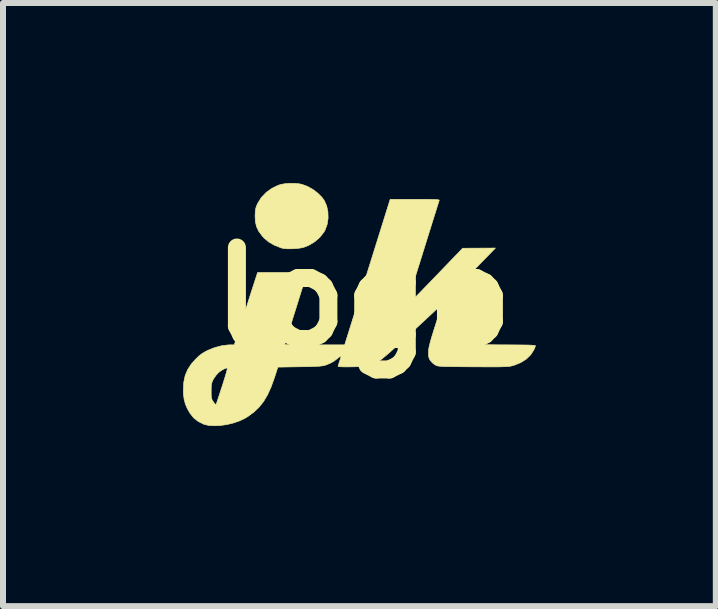
<source format=kicad_pcb>
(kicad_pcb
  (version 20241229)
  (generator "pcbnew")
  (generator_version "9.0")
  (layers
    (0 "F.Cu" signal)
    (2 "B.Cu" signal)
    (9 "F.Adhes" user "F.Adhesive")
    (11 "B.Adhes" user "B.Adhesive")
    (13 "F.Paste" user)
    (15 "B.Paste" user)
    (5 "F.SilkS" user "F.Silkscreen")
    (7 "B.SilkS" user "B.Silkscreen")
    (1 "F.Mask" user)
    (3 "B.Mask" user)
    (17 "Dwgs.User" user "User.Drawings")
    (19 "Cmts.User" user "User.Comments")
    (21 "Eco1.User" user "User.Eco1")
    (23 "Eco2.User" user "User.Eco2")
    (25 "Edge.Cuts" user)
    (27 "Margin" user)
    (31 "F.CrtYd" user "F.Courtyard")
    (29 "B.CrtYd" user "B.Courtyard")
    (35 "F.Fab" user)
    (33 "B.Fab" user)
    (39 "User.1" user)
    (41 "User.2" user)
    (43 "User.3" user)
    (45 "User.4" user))
  (footprint "logo"
    (layer "F.Cu")
    (at 3.002 1.909)
    (property "Reference" "logo" (at 0 0 0) (layer "F.SilkS") (effects (font (size 1.524 1.524) (thickness 0.3))))
    (attr through_hole)
    (fp_poly (pts (xy -1.145 -1.903) (xy -1.07 -1.897) (xy -1.021 -1.887) (xy -0.929 -1.853) (xy -0.837 -1.802) (xy -0.754 -1.738) (xy -0.684 -1.667) (xy -0.649 -1.618) (xy -0.609 -1.529) (xy -0.588 -1.429) (xy -0.585 -1.325) (xy -0.6 -1.223) (xy -0.634 -1.129) (xy -0.654 -1.092) (xy -0.722 -1.006) (xy -0.808 -0.931) (xy -0.906 -0.872) (xy -0.991 -0.838) (xy -1.048 -0.826) (xy -1.118 -0.818) (xy -1.193 -0.814) (xy -1.265 -0.814) (xy -1.327 -0.819) (xy -1.365 -0.828) (xy -1.48 -0.873) (xy -1.575 -0.928) (xy -1.652 -0.993) (xy -1.682 -1.026) (xy -1.74 -1.104) (xy -1.777 -1.181) (xy -1.797 -1.264) (xy -1.802 -1.36) (xy -1.801 -1.382) (xy -1.798 -1.443) (xy -1.79 -1.49) (xy -1.776 -1.532) (xy -1.756 -1.575) (xy -1.696 -1.67) (xy -1.615 -1.754) (xy -1.52 -1.822) (xy -1.414 -1.873) (xy -1.367 -1.887) (xy -1.304 -1.898) (xy -1.227 -1.904) (xy -1.145 -1.903)) (stroke (width 0.01) (type solid)) (fill yes) (layer "F.SilkS"))
    (fp_poly (pts (xy 0.978 -1.638) (xy 1.071 -1.638) (xy 1.144 -1.636) (xy 1.197 -1.635) (xy 1.234 -1.632) (xy 1.256 -1.629) (xy 1.266 -1.625) (xy 1.267 -1.622) (xy 1.262 -1.608) (xy 1.251 -1.572) (xy 1.233 -1.517) (xy 1.211 -1.444) (xy 1.183 -1.357) (xy 1.152 -1.258) (xy 1.118 -1.148) (xy 1.081 -1.031) (xy 1.043 -0.908) (xy 1.004 -0.783) (xy 0.965 -0.657) (xy 0.926 -0.533) (xy 0.889 -0.414) (xy 0.854 -0.301) (xy 0.822 -0.197) (xy 0.793 -0.104) (xy 0.768 -0.025) (xy 0.749 0.037) (xy 0.735 0.081) (xy 0.73 0.1) (xy 0.726 0.11) (xy 0.724 0.119) (xy 0.723 0.125) (xy 0.726 0.127) (xy 0.732 0.124) (xy 0.744 0.115) (xy 0.762 0.098) (xy 0.788 0.074) (xy 0.822 0.04) (xy 0.865 -0.004) (xy 0.92 -0.059) (xy 0.986 -0.127) (xy 1.065 -0.209) (xy 1.158 -0.305) (xy 1.266 -0.417) (xy 1.39 -0.546) (xy 1.435 -0.593) (xy 1.657 -0.823) (xy 2.203 -0.826) (xy 2.07 -0.689) (xy 2.008 -0.626) (xy 1.937 -0.553) (xy 1.866 -0.48) (xy 1.802 -0.415) (xy 1.799 -0.411) (xy 1.662 -0.27) (xy 1.804 -0.261) (xy 1.902 -0.252) (xy 1.979 -0.238) (xy 2.037 -0.217) (xy 2.082 -0.189) (xy 2.115 -0.151) (xy 2.116 -0.151) (xy 2.133 -0.122) (xy 2.146 -0.091) (xy 2.152 -0.057) (xy 2.153 -0.015) (xy 2.146 0.036) (xy 2.133 0.099) (xy 2.113 0.177) (xy 2.085 0.274) (xy 2.048 0.39) (xy 2.04 0.417) (xy 2.012 0.507) (xy 1.986 0.588) (xy 1.965 0.659) (xy 1.947 0.716) (xy 1.936 0.756) (xy 1.931 0.775) (xy 1.93 0.776) (xy 1.943 0.779) (xy 1.978 0.781) (xy 2.035 0.783) (xy 2.11 0.785) (xy 2.202 0.786) (xy 2.309 0.787) (xy 2.4 0.787) (xy 2.538 0.788) (xy 2.653 0.789) (xy 2.744 0.79) (xy 2.81 0.793) (xy 2.853 0.796) (xy 2.87 0.8) (xy 2.87 0.8) (xy 2.865 0.818) (xy 2.852 0.851) (xy 2.842 0.873) (xy 2.791 0.952) (xy 2.72 1.022) (xy 2.629 1.08) (xy 2.523 1.124) (xy 2.478 1.137) (xy 2.456 1.142) (xy 2.429 1.146) (xy 2.395 1.149) (xy 2.35 1.151) (xy 2.293 1.153) (xy 2.222 1.154) (xy 2.134 1.154) (xy 2.026 1.154) (xy 1.896 1.153) (xy 1.827 1.153) (xy 1.691 1.152) (xy 1.578 1.151) (xy 1.485 1.15) (xy 1.411 1.149) (xy 1.353 1.148) (xy 1.309 1.146) (xy 1.275 1.143) (xy 1.251 1.14) (xy 1.232 1.136) (xy 1.218 1.131) (xy 1.205 1.124) (xy 1.2 1.122) (xy 1.16 1.093) (xy 1.124 1.055) (xy 1.118 1.047) (xy 1.101 1.017) (xy 1.091 0.985) (xy 1.088 0.944) (xy 1.088 0.909) (xy 1.089 0.879) (xy 1.093 0.845) (xy 1.101 0.806) (xy 1.113 0.757) (xy 1.13 0.695) (xy 1.153 0.618) (xy 1.183 0.521) (xy 1.199 0.472) (xy 1.227 0.382) (xy 1.252 0.301) (xy 1.274 0.231) (xy 1.291 0.175) (xy 1.303 0.137) (xy 1.308 0.119) (xy 1.308 0.118) (xy 1.299 0.124) (xy 1.275 0.145) (xy 1.238 0.179) (xy 1.19 0.223) (xy 1.135 0.275) (xy 1.121 0.288) (xy 1.06 0.345) (xy 0.985 0.415) (xy 0.901 0.493) (xy 0.812 0.575) (xy 0.724 0.656) (xy 0.648 0.725) (xy 0.543 0.82) (xy 0.455 0.9) (xy 0.38 0.965) (xy 0.316 1.018) (xy 0.26 1.059) (xy 0.21 1.091) (xy 0.162 1.114) (xy 0.114 1.13) (xy 0.064 1.14) (xy 0.008 1.146) (xy -0.056 1.15) (xy -0.131 1.152) (xy -0.168 1.153) (xy -0.254 1.154) (xy -0.325 1.154) (xy -0.378 1.152) (xy -0.41 1.149) (xy -0.419 1.146) (xy -0.415 1.129) (xy -0.405 1.095) (xy -0.394 1.06) (xy -0.38 1.02) (xy -0.371 0.988) (xy -0.368 0.975) (xy -0.377 0.976) (xy -0.4 0.991) (xy -0.429 1.014) (xy -0.492 1.062) (xy -0.557 1.097) (xy -0.633 1.127) (xy -0.657 1.133) (xy -0.689 1.138) (xy -0.732 1.143) (xy -0.789 1.146) (xy -0.863 1.149) (xy -0.957 1.151) (xy -1.057 1.152) (xy -1.422 1.158) (xy -1.48 1.337) (xy -1.535 1.489) (xy -1.594 1.619) (xy -1.659 1.729) (xy -1.734 1.824) (xy -1.82 1.906) (xy -1.919 1.979) (xy -1.97 2.01) (xy -2.059 2.053) (xy -2.16 2.088) (xy -2.267 2.114) (xy -2.375 2.13) (xy -2.478 2.135) (xy -2.572 2.13) (xy -2.649 2.112) (xy -2.657 2.109) (xy -2.748 2.064) (xy -2.823 2.005) (xy -2.885 1.929) (xy -2.929 1.853) (xy -2.964 1.772) (xy -2.985 1.69) (xy -2.996 1.598) (xy -2.997 1.556) (xy -2.533 1.556) (xy -2.533 1.615) (xy -2.531 1.656) (xy -2.525 1.685) (xy -2.515 1.709) (xy -2.498 1.735) (xy -2.496 1.738) (xy -2.472 1.77) (xy -2.456 1.78) (xy -2.45 1.776) (xy -2.444 1.759) (xy -2.431 1.722) (xy -2.413 1.668) (xy -2.391 1.601) (xy -2.366 1.523) (xy -2.348 1.47) (xy -2.323 1.389) (xy -2.3 1.316) (xy -2.282 1.255) (xy -2.27 1.209) (xy -2.263 1.181) (xy -2.263 1.175) (xy -2.28 1.174) (xy -2.311 1.185) (xy -2.349 1.205) (xy -2.387 1.23) (xy -2.417 1.255) (xy -2.453 1.295) (xy -2.487 1.344) (xy -2.5 1.365) (xy -2.515 1.398) (xy -2.525 1.429) (xy -2.531 1.465) (xy -2.533 1.515) (xy -2.533 1.556) (xy -2.997 1.556) (xy -2.997 1.536) (xy -2.99 1.409) (xy -2.967 1.299) (xy -2.925 1.199) (xy -2.864 1.106) (xy -2.794 1.027) (xy -2.739 0.974) (xy -2.689 0.935) (xy -2.635 0.902) (xy -2.591 0.879) (xy -2.476 0.833) (xy -2.359 0.802) (xy -2.249 0.788) (xy -2.222 0.787) (xy -2.149 0.787) (xy -2.066 0.53) (xy -2.039 0.445) (xy -2.005 0.342) (xy -1.969 0.228) (xy -1.931 0.112) (xy -1.895 -0.001) (xy -1.872 -0.073) (xy -1.76 -0.419) (xy -1.35 -0.419) (xy -1.251 -0.419) (xy -1.16 -0.418) (xy -1.081 -0.417) (xy -1.017 -0.415) (xy -0.97 -0.413) (xy -0.944 -0.41) (xy -0.94 -0.409) (xy -0.943 -0.395) (xy -0.954 -0.359) (xy -0.971 -0.304) (xy -0.993 -0.232) (xy -1.02 -0.145) (xy -1.051 -0.046) (xy -1.085 0.064) (xy -1.121 0.18) (xy -1.124 0.189) (xy -1.161 0.306) (xy -1.195 0.416) (xy -1.226 0.515) (xy -1.253 0.602) (xy -1.276 0.675) (xy -1.293 0.731) (xy -1.304 0.767) (xy -1.308 0.782) (xy -1.308 0.782) (xy -1.296 0.783) (xy -1.261 0.784) (xy -1.206 0.785) (xy -1.134 0.786) (xy -1.047 0.787) (xy -0.948 0.787) (xy -0.841 0.787) (xy -0.808 0.787) (xy -0.309 0.787) (xy 0.07 -0.425) (xy 0.449 -1.638) (xy 0.861 -1.638) (xy 0.978 -1.638)) (stroke (width 0.01) (type solid)) (fill yes) (layer "F.SilkS")))
  (gr_rect
    (start -3 -3)
    (end 8.877 7.049)
    (stroke (width 0.1) (type default))
    (fill no)
    (layer "Edge.Cuts")))
</source>
